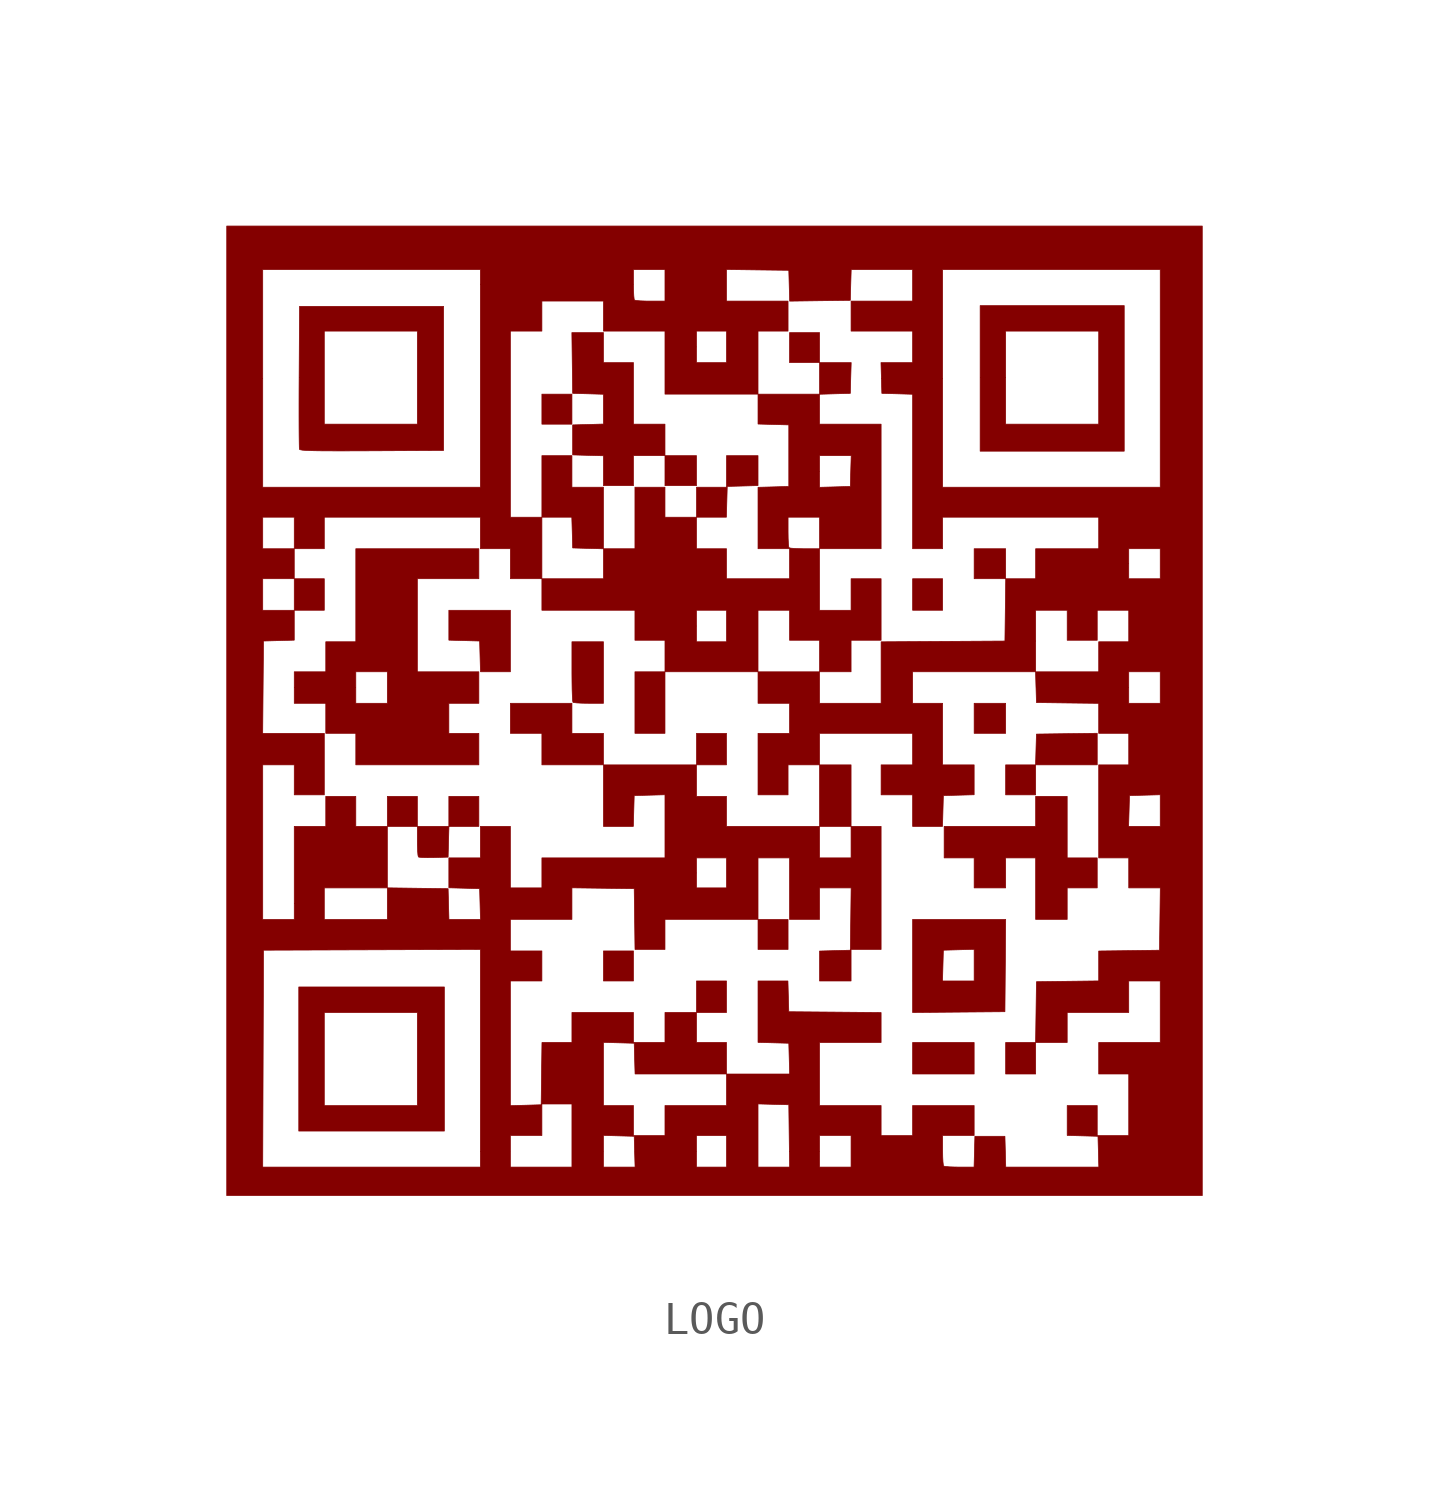
<source format=kicad_sym>
(kicad_symbol_lib
  (version 20220914)
  (generator "bitmap2component")
  (generator_version "9.0")
  (symbol "LOGO"
    (pin_names
      (offset 1.016))
    (property "Reference" "#G"
      (at 0 14.391 0)
      (effects (font (size 1.27 1.27)) hide))
    (symbol "LOGO_0_0"
      (polyline (pts (xy 15.119 0) (xy 15.119 15.026) (xy 0 15.026) (xy -15.119 15.026) (xy -15.119 10.304) (xy -14.003 10.304) (xy -14.003 13.677) (xy -10.63 13.677) (xy -7.257 13.677) (xy -7.257 13.22) (xy -2.512 13.22) (xy -2.512 13.677) (xy -2.024 13.677) (xy -1.535 13.677) (xy -1.535 13.188) (xy -1.535 12.7) (xy -1.993 12.7) (xy -2.118 12.701) (xy -2.296 12.707) (xy -2.424 12.718) (xy -2.481 12.731) (xy -2.49 12.757) (xy -2.501 12.86) (xy -2.509 13.022) (xy -2.512 13.22) (xy -7.257 13.22) (xy -7.257 10.304) (xy -7.257 6.931) (xy -10.63 6.931) (xy -14.003 6.931) (xy -14.003 10.304) (xy -15.119 10.304) (xy -15.119 0) (xy -15.119 -0.698) (xy -14.004 -0.698) (xy -13.992 0.733) (xy -13.979 2.163) (xy -13.502 2.176) (xy -13.026 2.19) (xy -13.026 2.653) (xy -13.026 3.117) (xy -13.514 3.117) (xy -14.003 3.117) (xy -14.003 3.605) (xy -14.003 4.094) (xy -13.514 4.094) (xy -13.026 4.094) (xy -13.026 4.559) (xy -13.026 5.024) (xy -13.514 5.024) (xy -14.003 5.024) (xy -14.003 5.513) (xy -14.003 6.001) (xy -13.514 6.001) (xy -13.026 6.001) (xy -13.026 5.513) (xy -13.026 5.024) (xy -12.56 5.024) (xy -12.095 5.024) (xy -12.095 5.513) (xy -12.095 6.001) (xy -9.676 6.001) (xy -7.257 6.001) (xy -7.257 5.513) (xy -7.257 5.024) (xy -6.792 5.024) (xy -6.327 5.024) (xy -6.327 4.559) (xy -6.327 4.094) (xy -5.838 4.094) (xy -5.35 4.094) (xy -5.35 5.048) (xy -5.35 6.001) (xy -5.838 6.001) (xy -6.327 6.001) (xy -6.327 8.885) (xy -6.327 11.77) (xy -5.838 11.77) (xy -5.35 11.77) (xy -5.35 12.235) (xy -5.35 12.7) (xy -4.396 12.7) (xy -3.442 12.7) (xy -3.442 12.235) (xy -3.442 11.77) (xy -2.489 11.77) (xy -1.535 11.77) (xy -1.535 11.281) (xy -0.558 11.281) (xy -0.558 11.77) (xy -0.093 11.77) (xy 0.372 11.77) (xy 0.372 11.281) (xy 0.372 10.793) (xy -0.093 10.793) (xy -0.558 10.793) (xy -0.558 11.281) (xy -1.535 11.281) (xy -1.535 10.793) (xy -1.535 9.816) (xy -0.093 9.816) (xy 1.349 9.816) (xy 1.349 10.793) (xy 1.349 11.77) (xy 1.814 11.77) (xy 2.28 11.77) (xy 2.28 12.235) (xy 2.28 12.7) (xy 1.326 12.7) (xy 0.372 12.7) (xy 0.372 13.189) (xy 0.372 13.679) (xy 1.337 13.666) (xy 2.303 13.654) (xy 2.316 13.176) (xy 2.329 12.698) (xy 3.27 12.711) (xy 4.21 12.723) (xy 4.223 13.2) (xy 4.237 13.677) (xy 5.189 13.677) (xy 6.141 13.677) (xy 6.141 13.188) (xy 6.141 12.7) (xy 5.187 12.7) (xy 4.233 12.7) (xy 4.233 12.235) (xy 4.233 11.77) (xy 5.187 11.77) (xy 6.141 11.77) (xy 6.141 11.281) (xy 6.141 10.793) (xy 5.651 10.793) (xy 5.16 10.793) (xy 5.174 10.316) (xy 5.174 10.304) (xy 7.071 10.304) (xy 7.071 13.677) (xy 10.444 13.677) (xy 13.816 13.677) (xy 13.816 10.304) (xy 13.816 6.931) (xy 10.444 6.931) (xy 7.071 6.931) (xy 7.071 10.304) (xy 5.174 10.304) (xy 5.187 9.839) (xy 5.664 9.826) (xy 6.141 9.812) (xy 6.141 7.418) (xy 6.141 5.024) (xy 6.606 5.024) (xy 7.071 5.024) (xy 7.071 5.513) (xy 7.071 6.001) (xy 9.49 6.001) (xy 11.909 6.001) (xy 11.909 5.513) (xy 11.909 5.024) (xy 10.932 5.024) (xy 9.955 5.024) (xy 9.955 4.559) (xy 12.84 4.559) (xy 12.84 5.024) (xy 13.328 5.024) (xy 13.816 5.024) (xy 13.816 4.559) (xy 13.816 4.094) (xy 13.328 4.094) (xy 12.84 4.094) (xy 12.84 4.559) (xy 9.955 4.559) (xy 9.955 4.094) (xy 9.491 4.094) (xy 9.027 4.094) (xy 9.014 3.128) (xy 9.002 2.163) (xy 9.955 2.163) (xy 9.955 3.117) (xy 10.444 3.117) (xy 10.932 3.117) (xy 10.932 2.652) (xy 10.932 2.187) (xy 11.397 2.187) (xy 11.863 2.187) (xy 11.863 2.652) (xy 11.863 3.117) (xy 12.351 3.117) (xy 12.84 3.117) (xy 12.84 2.628) (xy 12.84 2.14) (xy 12.374 2.14) (xy 11.909 2.14) (xy 11.909 1.675) (xy 11.909 1.21) (xy 10.931 1.21) (xy 9.955 1.21) (xy 9.955 2.163) (xy 9.002 2.163) (xy 7.083 2.151) (xy 5.164 2.139) (xy 5.164 1.186) (xy 5.164 0.233) (xy 4.21 0.233) (xy 3.256 0.233) (xy 3.256 0.721) (xy 3.256 1.21) (xy 2.303 1.21) (xy 1.349 1.21) (xy 1.349 0.721) (xy 1.349 0.233) (xy 1.837 0.233) (xy 2.326 0.233) (xy 2.326 -0.233) (xy 2.326 -0.698) (xy 1.837 -0.698) (xy 1.349 -0.698) (xy 1.349 -1.651) (xy 1.349 -2.605) (xy 1.814 -2.605) (xy 2.28 -2.605) (xy 2.28 -2.14) (xy 2.28 -1.675) (xy 2.768 -1.675) (xy 3.256 -1.675) (xy 3.256 -1.186) (xy 3.256 -0.698) (xy 4.699 -0.698) (xy 6.141 -0.698) (xy 6.141 -1.186) (xy 6.141 -1.675) (xy 5.652 -1.675) (xy 5.164 -1.675) (xy 5.164 -2.14) (xy 5.164 -2.605) (xy 5.652 -2.605) (xy 6.141 -2.605) (xy 6.141 -3.094) (xy 6.141 -3.582) (xy 6.604 -3.582) (xy 7.068 -3.582) (xy 7.081 -3.105) (xy 7.094 -2.628) (xy 7.571 -2.615) (xy 8.048 -2.602) (xy 8.048 -2.138) (xy 8.048 -1.675) (xy 7.559 -1.675) (xy 7.071 -1.675) (xy 7.071 -0.721) (xy 7.071 0.233) (xy 6.606 0.233) (xy 6.141 0.233) (xy 6.141 0.721) (xy 6.141 1.21) (xy 8.048 1.21) (xy 9.952 1.21) (xy 9.965 0.733) (xy 9.966 0.721) (xy 12.84 0.721) (xy 12.84 1.21) (xy 13.328 1.21) (xy 13.816 1.21) (xy 13.816 0.721) (xy 13.816 0.233) (xy 13.328 0.233) (xy 12.84 0.233) (xy 12.84 0.721) (xy 9.966 0.721) (xy 9.979 0.256) (xy 10.944 0.243) (xy 11.909 0.231) (xy 11.909 -0.234) (xy 11.909 -0.698) (xy 12.374 -0.698) (xy 12.84 -0.698) (xy 12.84 -1.186) (xy 12.84 -1.675) (xy 12.374 -1.675) (xy 11.909 -1.675) (xy 11.909 -3.117) (xy 11.909 -3.582) (xy 12.836 -3.582) (xy 12.85 -3.105) (xy 12.863 -2.628) (xy 13.34 -2.615) (xy 13.816 -2.602) (xy 13.816 -3.092) (xy 13.816 -3.582) (xy 13.326 -3.582) (xy 12.836 -3.582) (xy 11.909 -3.582) (xy 11.909 -4.559) (xy 12.374 -4.559) (xy 12.84 -4.559) (xy 12.84 -5.024) (xy 12.84 -5.489) (xy 13.329 -5.489) (xy 13.818 -5.489) (xy 13.806 -6.455) (xy 13.793 -7.42) (xy 12.851 -7.433) (xy 11.909 -7.445) (xy 11.909 -7.908) (xy 11.909 -8.372) (xy 10.944 -8.384) (xy 9.979 -8.397) (xy 9.966 -9.339) (xy 9.953 -10.281) (xy 10.443 -10.281) (xy 10.932 -10.281) (xy 10.932 -9.816) (xy 10.932 -9.351) (xy 11.886 -9.351) (xy 12.84 -9.351) (xy 12.84 -8.862) (xy 12.84 -8.374) (xy 13.328 -8.374) (xy 13.816 -8.374) (xy 13.816 -9.327) (xy 13.816 -10.281) (xy 12.863 -10.281) (xy 11.909 -10.281) (xy 11.909 -10.769) (xy 11.909 -11.258) (xy 12.374 -11.258) (xy 12.84 -11.258) (xy 12.84 -12.211) (xy 12.84 -13.165) (xy 12.351 -13.165) (xy 11.863 -13.165) (xy 11.863 -12.7) (xy 11.863 -12.235) (xy 11.397 -12.235) (xy 10.932 -12.235) (xy 10.932 -12.698) (xy 10.932 -13.162) (xy 11.409 -13.175) (xy 11.886 -13.188) (xy 11.899 -13.665) (xy 11.912 -14.142) (xy 10.47 -14.142) (xy 9.028 -14.142) (xy 9.015 -13.665) (xy 9.002 -13.188) (xy 8.536 -13.188) (xy 8.071 -13.188) (xy 8.058 -13.665) (xy 8.045 -14.142) (xy 7.589 -14.142) (xy 7.465 -14.141) (xy 7.287 -14.135) (xy 7.159 -14.124) (xy 7.102 -14.111) (xy 7.094 -14.085) (xy 7.082 -13.982) (xy 7.074 -13.82) (xy 7.071 -13.623) (xy 7.071 -13.165) (xy 7.559 -13.165) (xy 8.048 -13.165) (xy 8.048 -12.7) (xy 8.048 -12.235) (xy 7.094 -12.235) (xy 6.141 -12.235) (xy 6.141 -12.7) (xy 6.141 -13.165) (xy 5.652 -13.165) (xy 5.164 -13.165) (xy 5.164 -12.7) (xy 5.164 -12.235) (xy 4.21 -12.235) (xy 3.256 -12.235) (xy 3.256 -11.258) (xy 3.256 -10.281) (xy 4.21 -10.281) (xy 5.164 -10.281) (xy 5.164 -9.816) (xy 5.164 -9.352) (xy 3.733 -9.339) (xy 2.303 -9.327) (xy 2.289 -8.85) (xy 2.276 -8.374) (xy 1.813 -8.374) (xy 1.349 -8.374) (xy 1.349 -9.326) (xy 1.349 -10.278) (xy 1.826 -10.291) (xy 2.303 -10.304) (xy 2.316 -10.781) (xy 2.329 -11.258) (xy 1.351 -11.258) (xy 0.372 -11.258) (xy 0.372 -10.769) (xy 0.372 -10.281) (xy -0.093 -10.281) (xy -0.558 -10.281) (xy -0.558 -9.816) (xy -0.558 -9.351) (xy -1.047 -9.351) (xy -1.535 -9.351) (xy -1.535 -9.816) (xy -1.535 -10.281) (xy -2.024 -10.281) (xy -2.512 -10.281) (xy -2.512 -9.816) (xy -2.512 -9.351) (xy -3.466 -9.351) (xy -4.419 -9.351) (xy -4.419 -9.816) (xy -4.419 -10.281) (xy -4.884 -10.281) (xy -5.348 -10.281) (xy -5.361 -11.246) (xy -5.373 -12.211) (xy -5.85 -12.225) (xy -6.327 -12.238) (xy -6.327 -10.306) (xy -6.327 -8.374) (xy -5.838 -8.374) (xy -5.35 -8.374) (xy -5.35 -7.908) (xy -5.35 -7.443) (xy -5.838 -7.443) (xy -6.327 -7.443) (xy -6.327 -6.955) (xy -6.327 -6.466) (xy -5.373 -6.466) (xy -4.419 -6.466) (xy -4.419 -5.977) (xy -4.419 -5.487) (xy -3.454 -5.5) (xy -2.489 -5.513) (xy -2.476 -6.455) (xy -2.464 -7.397) (xy -1.999 -7.397) (xy -1.535 -7.397) (xy -1.535 -6.931) (xy -1.535 -6.466) (xy -0.093 -6.466) (xy 1.349 -6.466) (xy 1.349 -5.513) (xy 1.349 -4.559) (xy 1.837 -4.559) (xy 2.326 -4.559) (xy 2.326 -5.513) (xy 2.326 -6.466) (xy 2.791 -6.466) (xy 3.256 -6.466) (xy 3.256 -5.978) (xy 3.256 -5.489) (xy 3.746 -5.489) (xy 4.235 -5.489) (xy 4.223 -6.455) (xy 4.21 -7.42) (xy 3.733 -7.433) (xy 3.256 -7.446) (xy 3.256 -7.91) (xy 3.256 -8.374) (xy 3.745 -8.374) (xy 4.233 -8.374) (xy 4.233 -7.885) (xy 4.233 -7.397) (xy 4.699 -7.397) (xy 5.164 -7.397) (xy 5.164 -5.489) (xy 5.164 -3.582) (xy 4.699 -3.582) (xy 4.233 -3.582) (xy 4.233 -4.071) (xy 4.233 -4.559) (xy 3.745 -4.559) (xy 3.256 -4.559) (xy 3.256 -4.071) (xy 3.256 -3.582) (xy 1.814 -3.582) (xy 0.372 -3.582) (xy 0.372 -3.117) (xy 0.372 -2.652) (xy -0.093 -2.652) (xy -0.558 -2.652) (xy -0.558 -2.163) (xy -0.558 -1.675) (xy -2 -1.675) (xy -3.442 -1.675) (xy -3.442 -2.628) (xy -3.442 -3.582) (xy -2.979 -3.582) (xy -2.515 -3.582) (xy -2.502 -3.105) (xy -2.489 -2.628) (xy -2.012 -2.615) (xy -1.535 -2.602) (xy -1.535 -3.58) (xy -1.535 -4.559) (xy -3.442 -4.559) (xy -5.35 -4.559) (xy -5.35 -5.024) (xy -0.558 -5.024) (xy -0.558 -4.559) (xy -0.093 -4.559) (xy 0.372 -4.559) (xy 0.372 -5.024) (xy 0.372 -5.489) (xy -0.093 -5.489) (xy -0.558 -5.489) (xy -0.558 -5.024) (xy -5.35 -5.024) (xy -5.35 -5.489) (xy -5.838 -5.489) (xy -6.327 -5.489) (xy -6.327 -4.536) (xy -6.327 -3.582) (xy -6.792 -3.582) (xy -7.257 -3.582) (xy -7.257 -4.071) (xy -7.257 -4.559) (xy -7.746 -4.559) (xy -8.234 -4.559) (xy -8.234 -5.022) (xy -8.234 -5.486) (xy -7.757 -5.499) (xy -7.28 -5.513) (xy -7.267 -5.989) (xy -7.254 -6.466) (xy -7.742 -6.466) (xy -8.231 -6.466) (xy -8.244 -5.989) (xy -8.257 -5.513) (xy -9.199 -5.5) (xy -10.141 -5.487) (xy -10.141 -4.536) (xy -10.141 -3.582) (xy -10.63 -3.582) (xy -11.118 -3.582) (xy -11.118 -3.117) (xy -11.118 -2.652) (xy -11.584 -2.652) (xy -12.049 -2.652) (xy -12.049 -3.117) (xy -12.049 -3.582) (xy -12.537 -3.582) (xy -13.026 -3.582) (xy -13.026 -5.024) (xy -13.026 -5.978) (xy -12.095 -5.978) (xy -12.095 -5.489) (xy -11.118 -5.489) (xy -10.141 -5.489) (xy -10.141 -5.977) (xy -10.141 -6.466) (xy -11.118 -6.466) (xy -12.095 -6.466) (xy -12.095 -5.978) (xy -13.026 -5.978) (xy -13.026 -6.466) (xy -13.514 -6.466) (xy -14.003 -6.466) (xy -14.003 -4.071) (xy -14.003 -1.675) (xy -13.514 -1.675) (xy -13.026 -1.675) (xy -13.026 -2.14) (xy -13.026 -2.605) (xy -12.56 -2.605) (xy -12.095 -2.605) (xy -12.095 -1.651) (xy -12.095 -0.698) (xy -13.05 -0.698) (xy -14.004 -0.698) (xy -15.119 -0.698) (xy -15.119 -14.142) (xy -14.003 -14.142) (xy -13.991 -10.781) (xy -13.979 -7.42) (xy -10.618 -7.408) (xy -7.257 -7.396) (xy -7.257 -10.769) (xy -7.257 -13.654) (xy -6.327 -13.654) (xy -6.327 -13.165) (xy -5.838 -13.165) (xy -5.35 -13.165) (xy -5.35 -12.677) (xy -5.35 -12.188) (xy -4.885 -12.188) (xy -4.419 -12.188) (xy -4.419 -12.235) (xy -3.442 -12.235) (xy -3.442 -11.256) (xy -3.442 -10.278) (xy -2.966 -10.291) (xy -2.489 -10.304) (xy -2.476 -10.781) (xy -2.462 -11.258) (xy -1.045 -11.258) (xy 0.372 -11.258) (xy 0.372 -11.746) (xy 0.372 -12.235) (xy -0.582 -12.235) (xy -1.535 -12.235) (xy -1.535 -12.7) (xy -1.535 -13.164) (xy 1.349 -13.164) (xy 1.349 -12.185) (xy 1.826 -12.198) (xy 2.303 -12.211) (xy 2.315 -13.177) (xy 2.321 -13.654) (xy 3.256 -13.654) (xy 3.256 -13.165) (xy 3.745 -13.165) (xy 4.233 -13.165) (xy 4.233 -13.654) (xy 4.233 -14.142) (xy 3.745 -14.142) (xy 3.256 -14.142) (xy 3.256 -13.654) (xy 2.321 -13.654) (xy 2.328 -14.142) (xy 1.839 -14.142) (xy 1.349 -14.142) (xy 1.349 -13.164) (xy -1.535 -13.164) (xy -1.535 -13.165) (xy -2.024 -13.165) (xy -2.512 -13.165) (xy -2.512 -12.7) (xy -2.512 -12.235) (xy -2.977 -12.235) (xy -3.442 -12.235) (xy -4.419 -12.235) (xy -4.419 -13.165) (xy -4.419 -13.652) (xy -3.442 -13.652) (xy -3.442 -13.162) (xy -2.966 -13.175) (xy -2.489 -13.188) (xy -2.476 -13.654) (xy -0.558 -13.654) (xy -0.558 -13.165) (xy -0.093 -13.165) (xy 0.372 -13.165) (xy 0.372 -13.654) (xy 0.372 -14.142) (xy -0.093 -14.142) (xy -0.558 -14.142) (xy -0.558 -13.654) (xy -2.476 -13.654) (xy -2.476 -13.665) (xy -2.462 -14.142) (xy -2.952 -14.142) (xy -3.442 -14.142) (xy -3.442 -13.652) (xy -4.419 -13.652) (xy -4.419 -14.142) (xy -5.373 -14.142) (xy -6.327 -14.142) (xy -6.327 -13.654) (xy -7.257 -13.654) (xy -7.257 -14.142) (xy -10.63 -14.142) (xy -14.003 -14.142) (xy -15.119 -14.142) (xy -15.119 -15.026) (xy 0 -15.026) (xy 15.119 -15.026) (xy 15.119 0)) (stroke (width 0.01) (type default)) (fill (type outline)))
      (polyline (pts (xy -8.374 -10.793) (xy -8.374 -8.56) (xy -10.63 -8.56) (xy -12.886 -8.56) (xy -12.886 -10.793) (xy -12.095 -10.793) (xy -12.095 -9.351) (xy -10.653 -9.351) (xy -9.211 -9.351) (xy -9.211 -10.793) (xy -9.211 -12.235) (xy -10.653 -12.235) (xy -12.095 -12.235) (xy -12.095 -10.793) (xy -12.886 -10.793) (xy -12.886 -13.026) (xy -10.63 -13.026) (xy -8.374 -13.026) (xy -8.374 -10.793)) (stroke (width 0.01) (type default)) (fill (type outline)))
      (polyline (pts (xy 8.048 -10.769) (xy 8.048 -10.281) (xy 7.094 -10.281) (xy 6.141 -10.281) (xy 6.141 -10.769) (xy 6.141 -11.258) (xy 7.094 -11.258) (xy 8.048 -11.258) (xy 8.048 -10.769)) (stroke (width 0.01) (type default)) (fill (type outline)))
      (polyline (pts (xy 9.955 -10.769) (xy 9.955 -10.281) (xy 9.49 -10.281) (xy 9.025 -10.281) (xy 9.025 -10.769) (xy 9.025 -11.258) (xy 9.49 -11.258) (xy 9.955 -11.258) (xy 9.955 -10.769)) (stroke (width 0.01) (type default)) (fill (type outline)))
      (polyline (pts (xy 0.372 -8.862) (xy 0.372 -8.374) (xy -0.093 -8.374) (xy -0.558 -8.374) (xy -0.558 -8.862) (xy -0.558 -9.351) (xy -0.093 -9.351) (xy 0.372 -9.351) (xy 0.372 -8.862)) (stroke (width 0.01) (type default)) (fill (type outline)))
      (polyline (pts (xy 7.571 -9.339) (xy 9.002 -9.327) (xy 9.014 -7.897) (xy 9.026 -6.466) (xy 7.583 -6.466) (xy 6.141 -6.466) (xy 6.141 -7.909) (xy 6.141 -8.374) (xy 7.068 -8.374) (xy 7.081 -7.897) (xy 7.094 -7.42) (xy 7.571 -7.407) (xy 8.048 -7.393) (xy 8.048 -7.883) (xy 8.048 -8.374) (xy 7.558 -8.374) (xy 7.068 -8.374) (xy 6.141 -8.374) (xy 6.141 -9.352) (xy 7.571 -9.339)) (stroke (width 0.01) (type default)) (fill (type outline)))
      (polyline (pts (xy -2.512 -7.908) (xy -2.512 -7.443) (xy -2.977 -7.443) (xy -3.442 -7.443) (xy -3.442 -7.908) (xy -3.442 -8.374) (xy -2.977 -8.374) (xy -2.512 -8.374) (xy -2.512 -7.908)) (stroke (width 0.01) (type default)) (fill (type outline)))
      (polyline (pts (xy 2.28 -6.931) (xy 2.28 -6.466) (xy 1.814 -6.466) (xy 1.349 -6.466) (xy 1.349 -6.931) (xy 1.349 -7.397) (xy 1.814 -7.397) (xy 2.28 -7.397) (xy 2.28 -6.931)) (stroke (width 0.01) (type default)) (fill (type outline)))
      (polyline (pts (xy 10.932 -5.978) (xy 10.932 -5.489) (xy 11.397 -5.489) (xy 11.863 -5.489) (xy 11.863 -5.024) (xy 11.863 -4.559) (xy 11.397 -4.559) (xy 10.932 -4.559) (xy 10.932 -3.605) (xy 10.932 -2.652) (xy 10.444 -2.652) (xy 9.955 -2.652) (xy 9.955 -3.117) (xy 9.955 -3.582) (xy 8.536 -3.582) (xy 7.118 -3.582) (xy 7.118 -4.071) (xy 7.118 -4.559) (xy 7.583 -4.559) (xy 8.048 -4.559) (xy 8.048 -5.024) (xy 8.048 -5.489) (xy 8.536 -5.489) (xy 9.025 -5.489) (xy 9.025 -5.024) (xy 9.025 -4.559) (xy 9.49 -4.559) (xy 9.955 -4.559) (xy 9.955 -5.513) (xy 9.955 -6.466) (xy 10.444 -6.466) (xy 10.932 -6.466) (xy 10.932 -5.978)) (stroke (width 0.01) (type default)) (fill (type outline)))
      (polyline (pts (xy -8.702 -4.549) (xy -8.257 -4.536) (xy -8.244 -4.059) (xy -8.231 -3.582) (xy -7.767 -3.582) (xy -7.304 -3.582) (xy -7.304 -3.117) (xy -7.304 -2.652) (xy -7.769 -2.652) (xy -8.234 -2.652) (xy -8.234 -3.117) (xy -8.234 -3.582) (xy -8.723 -3.582) (xy -9.211 -3.582) (xy -9.211 -3.117) (xy -9.211 -2.652) (xy -9.676 -2.652) (xy -10.141 -2.652) (xy -10.141 -3.117) (xy -10.141 -3.582) (xy -9.676 -3.582) (xy -9.211 -3.582) (xy -9.211 -4.04) (xy -9.21 -4.164) (xy -9.203 -4.343) (xy -9.192 -4.472) (xy -9.178 -4.529) (xy -9.156 -4.537) (xy -9.055 -4.547) (xy -8.897 -4.551) (xy -8.702 -4.549)) (stroke (width 0.01) (type default)) (fill (type outline)))
      (polyline (pts (xy 4.233 -2.628) (xy 4.233 -1.675) (xy 3.745 -1.675) (xy 3.256 -1.675) (xy 3.256 -2.628) (xy 3.256 -3.582) (xy 3.745 -3.582) (xy 4.233 -3.582) (xy 4.233 -2.628)) (stroke (width 0.01) (type default)) (fill (type outline)))
      (polyline (pts (xy 9.955 -2.14) (xy 9.955 -1.675) (xy 10.909 -1.675) (xy 11.863 -1.675) (xy 11.863 -1.185) (xy 11.863 -0.696) (xy 10.921 -0.708) (xy 9.979 -0.721) (xy 9.965 -1.198) (xy 9.952 -1.675) (xy 9.489 -1.675) (xy 9.025 -1.675) (xy 9.025 -2.14) (xy 9.025 -2.605) (xy 9.49 -2.605) (xy 9.955 -2.605) (xy 9.955 -2.14)) (stroke (width 0.01) (type default)) (fill (type outline)))
      (polyline (pts (xy -7.304 -1.186) (xy -7.304 -0.698) (xy -7.769 -0.698) (xy -8.234 -0.698) (xy -8.234 -0.233) (xy -8.234 0.233) (xy -7.769 0.233) (xy -7.304 0.233) (xy -7.304 0.721) (xy -7.304 1.21) (xy -8.257 1.21) (xy -9.211 1.21) (xy -9.211 2.652) (xy -9.211 4.094) (xy -8.257 4.094) (xy -7.304 4.094) (xy -7.304 4.559) (xy -7.304 5.024) (xy -9.211 5.024) (xy -11.118 5.024) (xy -11.118 3.582) (xy -11.118 2.14) (xy -11.584 2.14) (xy -12.049 2.14) (xy -12.049 1.675) (xy -12.049 1.21) (xy -12.537 1.21) (xy -13.026 1.21) (xy -13.026 0.721) (xy -11.118 0.721) (xy -11.118 1.21) (xy -10.63 1.21) (xy -10.141 1.21) (xy -10.141 0.721) (xy -10.141 0.233) (xy -10.63 0.233) (xy -11.118 0.233) (xy -11.118 0.721) (xy -13.026 0.721) (xy -13.026 0.233) (xy -12.537 0.233) (xy -12.049 0.233) (xy -12.049 -0.233) (xy -12.049 -0.698) (xy -11.584 -0.698) (xy -11.118 -0.698) (xy -11.118 -1.186) (xy -11.118 -1.675) (xy -9.211 -1.675) (xy -7.304 -1.675) (xy -7.304 -1.186)) (stroke (width 0.01) (type default)) (fill (type outline)))
      (polyline (pts (xy -3.442 -1.186) (xy -3.442 -0.698) (xy -3.931 -0.698) (xy -4.419 -0.698) (xy -4.419 -0.233) (xy -4.419 0.233) (xy -5.373 0.233) (xy -6.327 0.233) (xy -6.327 -0.233) (xy -6.327 -0.698) (xy -5.838 -0.698) (xy -5.35 -0.698) (xy -5.35 -1.186) (xy -5.35 -1.675) (xy -4.396 -1.675) (xy -3.442 -1.675) (xy -3.442 -1.186)) (stroke (width 0.01) (type default)) (fill (type outline)))
      (polyline (pts (xy 0.372 -1.186) (xy 0.372 -0.698) (xy -0.093 -0.698) (xy -0.558 -0.698) (xy -0.558 -1.186) (xy -0.558 -1.675) (xy -0.093 -1.675) (xy 0.372 -1.675) (xy 0.372 -1.186)) (stroke (width 0.01) (type default)) (fill (type outline)))
      (polyline (pts (xy 1.349 2.163) (xy 1.349 3.117) (xy 1.837 3.117) (xy 2.326 3.117) (xy 2.326 2.652) (xy 2.326 2.187) (xy 2.791 2.187) (xy 3.256 2.187) (xy 3.256 1.698) (xy 3.256 1.21) (xy 3.745 1.21) (xy 4.233 1.21) (xy 4.233 1.698) (xy 4.233 2.187) (xy 4.699 2.187) (xy 5.164 2.187) (xy 5.164 3.14) (xy 5.164 4.094) (xy 4.699 4.094) (xy 4.233 4.094) (xy 4.233 3.605) (xy 4.233 3.117) (xy 3.745 3.117) (xy 3.256 3.117) (xy 3.256 4.071) (xy 3.256 5.024) (xy 2.799 5.024) (xy 2.674 5.025) (xy 2.496 5.032) (xy 2.368 5.042) (xy 2.311 5.055) (xy 2.302 5.081) (xy 2.291 5.184) (xy 2.283 5.346) (xy 2.28 5.544) (xy 2.28 6.001) (xy 2.768 6.001) (xy 3.256 6.001) (xy 3.256 5.513) (xy 3.256 5.024) (xy 4.21 5.024) (xy 5.164 5.024) (xy 5.164 6.955) (xy 5.164 8.885) (xy 4.21 8.885) (xy 3.256 8.885) (xy 3.256 9.349) (xy 3.256 9.812) (xy 3.733 9.826) (xy 4.21 9.839) (xy 4.223 10.316) (xy 4.237 10.793) (xy 3.747 10.793) (xy 3.256 10.793) (xy 3.256 11.258) (xy 3.256 11.723) (xy 2.791 11.723) (xy 2.326 11.723) (xy 2.326 11.258) (xy 2.326 10.793) (xy 2.791 10.793) (xy 3.256 10.793) (xy 3.256 10.304) (xy 3.256 9.816) (xy 2.303 9.816) (xy 1.349 9.816) (xy 1.349 9.352) (xy 1.349 8.889) (xy 1.826 8.875) (xy 2.303 8.862) (xy 2.303 7.909) (xy 2.303 7.418) (xy 3.256 7.418) (xy 3.256 7.909) (xy 3.747 7.909) (xy 4.237 7.909) (xy 4.223 7.432) (xy 4.21 6.955) (xy 3.733 6.941) (xy 3.256 6.928) (xy 3.256 7.418) (xy 2.303 7.418) (xy 2.303 6.955) (xy 1.826 6.941) (xy 1.349 6.928) (xy 1.349 5.976) (xy 1.349 5.024) (xy 1.837 5.024) (xy 2.326 5.024) (xy 2.326 4.559) (xy 2.326 4.094) (xy 1.349 4.094) (xy 0.372 4.094) (xy 0.372 4.559) (xy 0.372 5.024) (xy -0.093 5.024) (xy -0.558 5.024) (xy -0.558 5.513) (xy -0.558 6.001) (xy -1.047 6.001) (xy -1.535 6.001) (xy -1.535 6.466) (xy -1.535 6.931) (xy -2 6.931) (xy -2.466 6.931) (xy -2.466 5.978) (xy -2.466 5.024) (xy -2.954 5.024) (xy -3.442 5.024) (xy -3.442 5.978) (xy -3.442 6.931) (xy -3.931 6.931) (xy -4.419 6.931) (xy -4.419 7.42) (xy -4.419 7.909) (xy -4.885 7.909) (xy -5.35 7.909) (xy -5.35 6.955) (xy -5.35 6.001) (xy -4.886 6.001) (xy -4.423 6.001) (xy -4.409 5.524) (xy -4.396 5.048) (xy -3.919 5.034) (xy -3.442 5.021) (xy -3.442 4.557) (xy -3.442 4.094) (xy -4.396 4.094) (xy -5.35 4.094) (xy -5.35 3.605) (xy -5.35 3.117) (xy -3.908 3.117) (xy -2.466 3.117) (xy -2.466 2.652) (xy -2.466 2.628) (xy -0.558 2.628) (xy -0.558 3.117) (xy -0.093 3.117) (xy 0.372 3.117) (xy 0.372 2.628) (xy 0.372 2.14) (xy -0.093 2.14) (xy -0.558 2.14) (xy -0.558 2.628) (xy -2.466 2.628) (xy -2.466 2.187) (xy -2 2.187) (xy -1.535 2.187) (xy -1.535 1.698) (xy -1.535 1.21) (xy -0.093 1.21) (xy 1.349 1.21) (xy 1.349 2.163)) (stroke (width 0.01) (type default)) (fill (type outline)))
      (polyline (pts (xy 0.382 6.478) (xy 0.395 6.955) (xy 0.872 6.968) (xy 1.349 6.981) (xy 1.349 7.445) (xy 1.349 7.909) (xy 0.861 7.909) (xy 0.372 7.909) (xy 0.372 7.42) (xy 0.372 6.931) (xy -0.093 6.931) (xy -0.558 6.931) (xy -0.558 6.466) (xy -0.558 6.001) (xy -0.095 6.001) (xy 0.369 6.001) (xy 0.382 6.478)) (stroke (width 0.01) (type default)) (fill (type outline)))
      (polyline (pts (xy -1.535 0.256) (xy -1.535 1.21) (xy -2 1.21) (xy -2.466 1.21) (xy -2.466 0.256) (xy -2.466 -0.698) (xy -2 -0.698) (xy -1.535 -0.698) (xy -1.535 0.256)) (stroke (width 0.01) (type default)) (fill (type outline)))
      (polyline (pts (xy 9.025 -0.233) (xy 9.025 0.233) (xy 8.536 0.233) (xy 8.048 0.233) (xy 8.048 -0.233) (xy 8.048 -0.698) (xy 8.536 -0.698) (xy 9.025 -0.698) (xy 9.025 -0.233)) (stroke (width 0.01) (type default)) (fill (type outline)))
      (polyline (pts (xy -3.442 1.186) (xy -3.442 2.14) (xy -3.931 2.14) (xy -4.419 2.14) (xy -4.419 1.217) (xy -4.419 1.172) (xy -4.417 0.892) (xy -4.413 0.646) (xy -4.406 0.45) (xy -4.398 0.318) (xy -4.388 0.264) (xy -4.363 0.255) (xy -4.259 0.244) (xy -4.098 0.236) (xy -3.9 0.233) (xy -3.442 0.233) (xy -3.442 1.186)) (stroke (width 0.01) (type default)) (fill (type outline)))
      (polyline (pts (xy -6.327 2.163) (xy -6.327 3.117) (xy -7.28 3.117) (xy -8.234 3.117) (xy -8.234 2.653) (xy -8.234 2.19) (xy -7.757 2.176) (xy -7.28 2.163) (xy -7.267 1.686) (xy -7.254 1.21) (xy -6.79 1.21) (xy -6.327 1.21) (xy -6.327 2.163)) (stroke (width 0.01) (type default)) (fill (type outline)))
      (polyline (pts (xy -12.095 3.605) (xy -12.095 4.094) (xy -12.56 4.094) (xy -13.026 4.094) (xy -13.026 3.605) (xy -13.026 3.117) (xy -12.56 3.117) (xy -12.095 3.117) (xy -12.095 3.605)) (stroke (width 0.01) (type default)) (fill (type outline)))
      (polyline (pts (xy 7.071 3.605) (xy 7.071 4.094) (xy 6.606 4.094) (xy 6.141 4.094) (xy 6.141 3.605) (xy 6.141 3.117) (xy 6.606 3.117) (xy 7.071 3.117) (xy 7.071 3.605)) (stroke (width 0.01) (type default)) (fill (type outline)))
      (polyline (pts (xy 9.025 4.559) (xy 9.025 5.024) (xy 8.536 5.024) (xy 8.048 5.024) (xy 8.048 4.559) (xy 8.048 4.094) (xy 8.536 4.094) (xy 9.025 4.094) (xy 9.025 4.559)) (stroke (width 0.01) (type default)) (fill (type outline)))
      (polyline (pts (xy -2.512 7.443) (xy -2.512 7.909) (xy -2.024 7.909) (xy -1.535 7.909) (xy -1.535 7.443) (xy -1.535 6.978) (xy -1.047 6.978) (xy -0.558 6.978) (xy -0.558 7.443) (xy -0.558 7.909) (xy -1.047 7.909) (xy -1.535 7.909) (xy -1.535 8.397) (xy -1.535 8.885) (xy -2.024 8.885) (xy -2.512 8.885) (xy -2.512 9.839) (xy -2.512 10.793) (xy -2.977 10.793) (xy -3.442 10.793) (xy -3.442 11.258) (xy -3.442 11.723) (xy -3.932 11.723) (xy -4.421 11.723) (xy -4.409 10.781) (xy -4.396 9.839) (xy -3.919 9.826) (xy -3.442 9.812) (xy -3.442 9.351) (xy -3.442 8.889) (xy -3.919 8.875) (xy -4.396 8.862) (xy -4.396 8.397) (xy -4.396 7.932) (xy -3.919 7.918) (xy -3.442 7.905) (xy -3.442 7.442) (xy -3.442 6.978) (xy -2.977 6.978) (xy -2.512 6.978) (xy -2.512 7.443)) (stroke (width 0.01) (type default)) (fill (type outline)))
      (polyline (pts (xy -4.419 9.351) (xy -4.419 9.816) (xy -4.885 9.816) (xy -5.35 9.816) (xy -5.35 9.351) (xy -5.35 8.885) (xy -4.885 8.885) (xy -4.419 8.885) (xy -4.419 9.351)) (stroke (width 0.01) (type default)) (fill (type outline)))
      (polyline (pts (xy -11.153 8.057) (xy -10.62 8.059) (xy -8.397 8.071) (xy -8.397 10.304) (xy -8.397 12.537) (xy -10.63 12.537) (xy -12.863 12.537) (xy -12.875 10.351) (xy -12.875 10.328) (xy -12.095 10.328) (xy -12.095 11.77) (xy -10.653 11.77) (xy -9.211 11.77) (xy -9.211 10.328) (xy -9.211 8.885) (xy -10.653 8.885) (xy -12.095 8.885) (xy -12.095 10.328) (xy -12.875 10.328) (xy -12.877 9.932) (xy -12.878 9.515) (xy -12.878 9.133) (xy -12.877 8.798) (xy -12.875 8.519) (xy -12.872 8.304) (xy -12.869 8.163) (xy -12.865 8.106) (xy -12.864 8.104) (xy -12.837 8.091) (xy -12.771 8.079) (xy -12.657 8.071) (xy -12.489 8.064) (xy -12.262 8.059) (xy -11.968 8.057) (xy -11.6 8.056) (xy -11.153 8.057)) (stroke (width 0.01) (type default)) (fill (type outline)))
      (polyline (pts (xy 12.7 10.304) (xy 12.7 12.56) (xy 10.467 12.56) (xy 8.234 12.56) (xy 8.234 10.328) (xy 9.025 10.328) (xy 9.025 11.77) (xy 10.467 11.77) (xy 11.909 11.77) (xy 11.909 10.328) (xy 11.909 8.885) (xy 10.467 8.885) (xy 9.025 8.885) (xy 9.025 10.328) (xy 8.234 10.328) (xy 8.234 10.304) (xy 8.234 8.048) (xy 10.467 8.048) (xy 12.7 8.048) (xy 12.7 10.304)) (stroke (width 0.01) (type default)) (fill (type outline))))))
</source>
